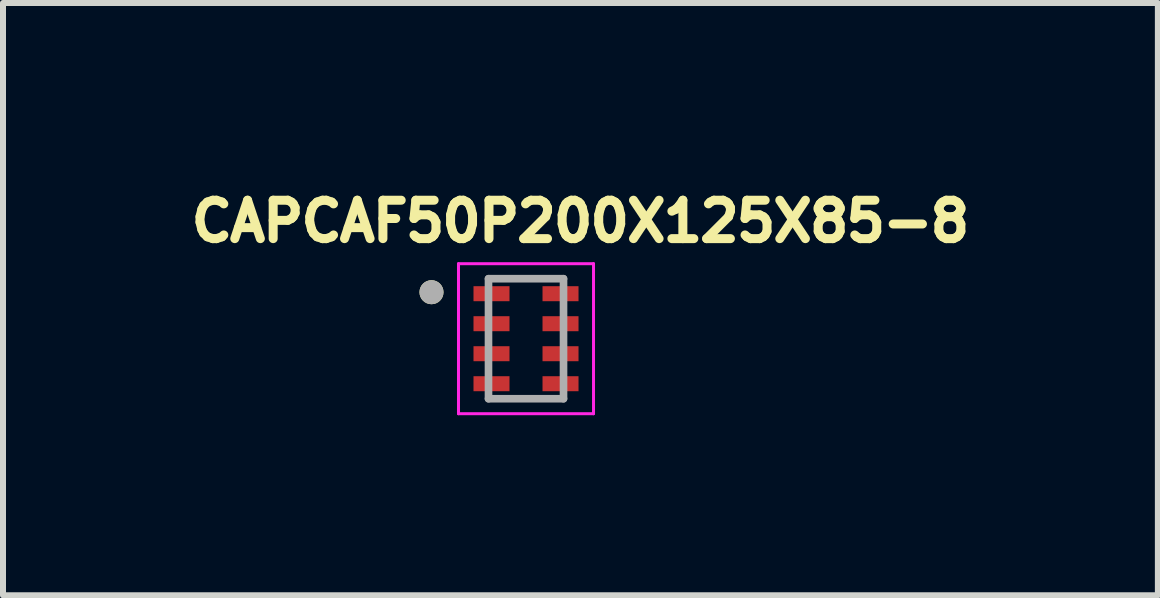
<source format=kicad_pcb>
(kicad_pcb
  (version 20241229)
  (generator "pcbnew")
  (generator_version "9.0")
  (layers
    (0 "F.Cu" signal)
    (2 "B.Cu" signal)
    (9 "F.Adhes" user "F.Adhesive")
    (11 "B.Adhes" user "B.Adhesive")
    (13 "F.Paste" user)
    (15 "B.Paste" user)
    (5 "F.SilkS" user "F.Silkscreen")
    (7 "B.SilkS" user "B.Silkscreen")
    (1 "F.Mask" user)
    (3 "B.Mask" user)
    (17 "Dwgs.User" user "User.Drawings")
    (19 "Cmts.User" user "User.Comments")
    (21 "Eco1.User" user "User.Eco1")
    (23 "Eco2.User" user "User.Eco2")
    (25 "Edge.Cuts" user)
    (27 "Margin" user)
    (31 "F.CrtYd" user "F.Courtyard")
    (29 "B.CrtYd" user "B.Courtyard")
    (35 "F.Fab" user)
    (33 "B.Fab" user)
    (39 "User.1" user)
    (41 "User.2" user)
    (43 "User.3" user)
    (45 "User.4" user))
  (footprint "CAPCAF50P200X125X85-8"
    (layer "F.Cu")
    (at 5.715 2.594)
    (property "Reference" "CAPCAF50P200X125X85-8" (at 0.907 -1.956 0) (layer "F.SilkS") (effects (font (size 0.64 0.64) (thickness 0.15))))
    (attr smd)
    (fp_circle (center -1.575 -0.775) (end -1.475 -0.775) (stroke (width 0.2) (type solid)) (fill no) (layer "F.SilkS"))
    (fp_line (start -1.125 -1.25) (end -1.125 1.25) (stroke (width 0.05) (type solid)) (layer "F.CrtYd"))
    (fp_line (start -1.125 1.25) (end 1.125 1.25) (stroke (width 0.05) (type solid)) (layer "F.CrtYd"))
    (fp_line (start 1.125 -1.25) (end -1.125 -1.25) (stroke (width 0.05) (type solid)) (layer "F.CrtYd"))
    (fp_line (start 1.125 1.25) (end 1.125 -1.25) (stroke (width 0.05) (type solid)) (layer "F.CrtYd"))
    (fp_line (start -0.625 -1) (end 0.625 -1) (stroke (width 0.127) (type solid)) (layer "F.Fab"))
    (fp_line (start -0.625 1) (end -0.625 -1) (stroke (width 0.127) (type solid)) (layer "F.Fab"))
    (fp_line (start 0.625 -1) (end 0.625 1) (stroke (width 0.127) (type solid)) (layer "F.Fab"))
    (fp_line (start 0.625 1) (end -0.625 1) (stroke (width 0.127) (type solid)) (layer "F.Fab"))
    (fp_circle (center -1.575 -0.775) (end -1.475 -0.775) (stroke (width 0.2) (type solid)) (fill no) (layer "F.Fab"))
    (pad "1" smd rect (at -0.575 -0.75) (size 0.6 0.25) (layers "F.Cu" "F.Mask" "F.Paste"))
    (pad "2" smd rect (at -0.575 -0.25) (size 0.6 0.25) (layers "F.Cu" "F.Mask" "F.Paste"))
    (pad "3" smd rect (at -0.575 0.25) (size 0.6 0.25) (layers "F.Cu" "F.Mask" "F.Paste"))
    (pad "4" smd rect (at -0.575 0.75) (size 0.6 0.25) (layers "F.Cu" "F.Mask" "F.Paste"))
    (pad "5" smd rect (at 0.575 0.75) (size 0.6 0.25) (layers "F.Cu" "F.Mask" "F.Paste"))
    (pad "6" smd rect (at 0.575 0.25) (size 0.6 0.25) (layers "F.Cu" "F.Mask" "F.Paste"))
    (pad "7" smd rect (at 0.575 -0.25) (size 0.6 0.25) (layers "F.Cu" "F.Mask" "F.Paste"))
    (pad "8" smd rect (at 0.575 -0.75) (size 0.6 0.25) (layers "F.Cu" "F.Mask" "F.Paste")))
  (gr_rect
    (start -3 -3)
    (end 16.244 6.869)
    (stroke (width 0.1) (type default))
    (fill no)
    (layer "Edge.Cuts")))
</source>
